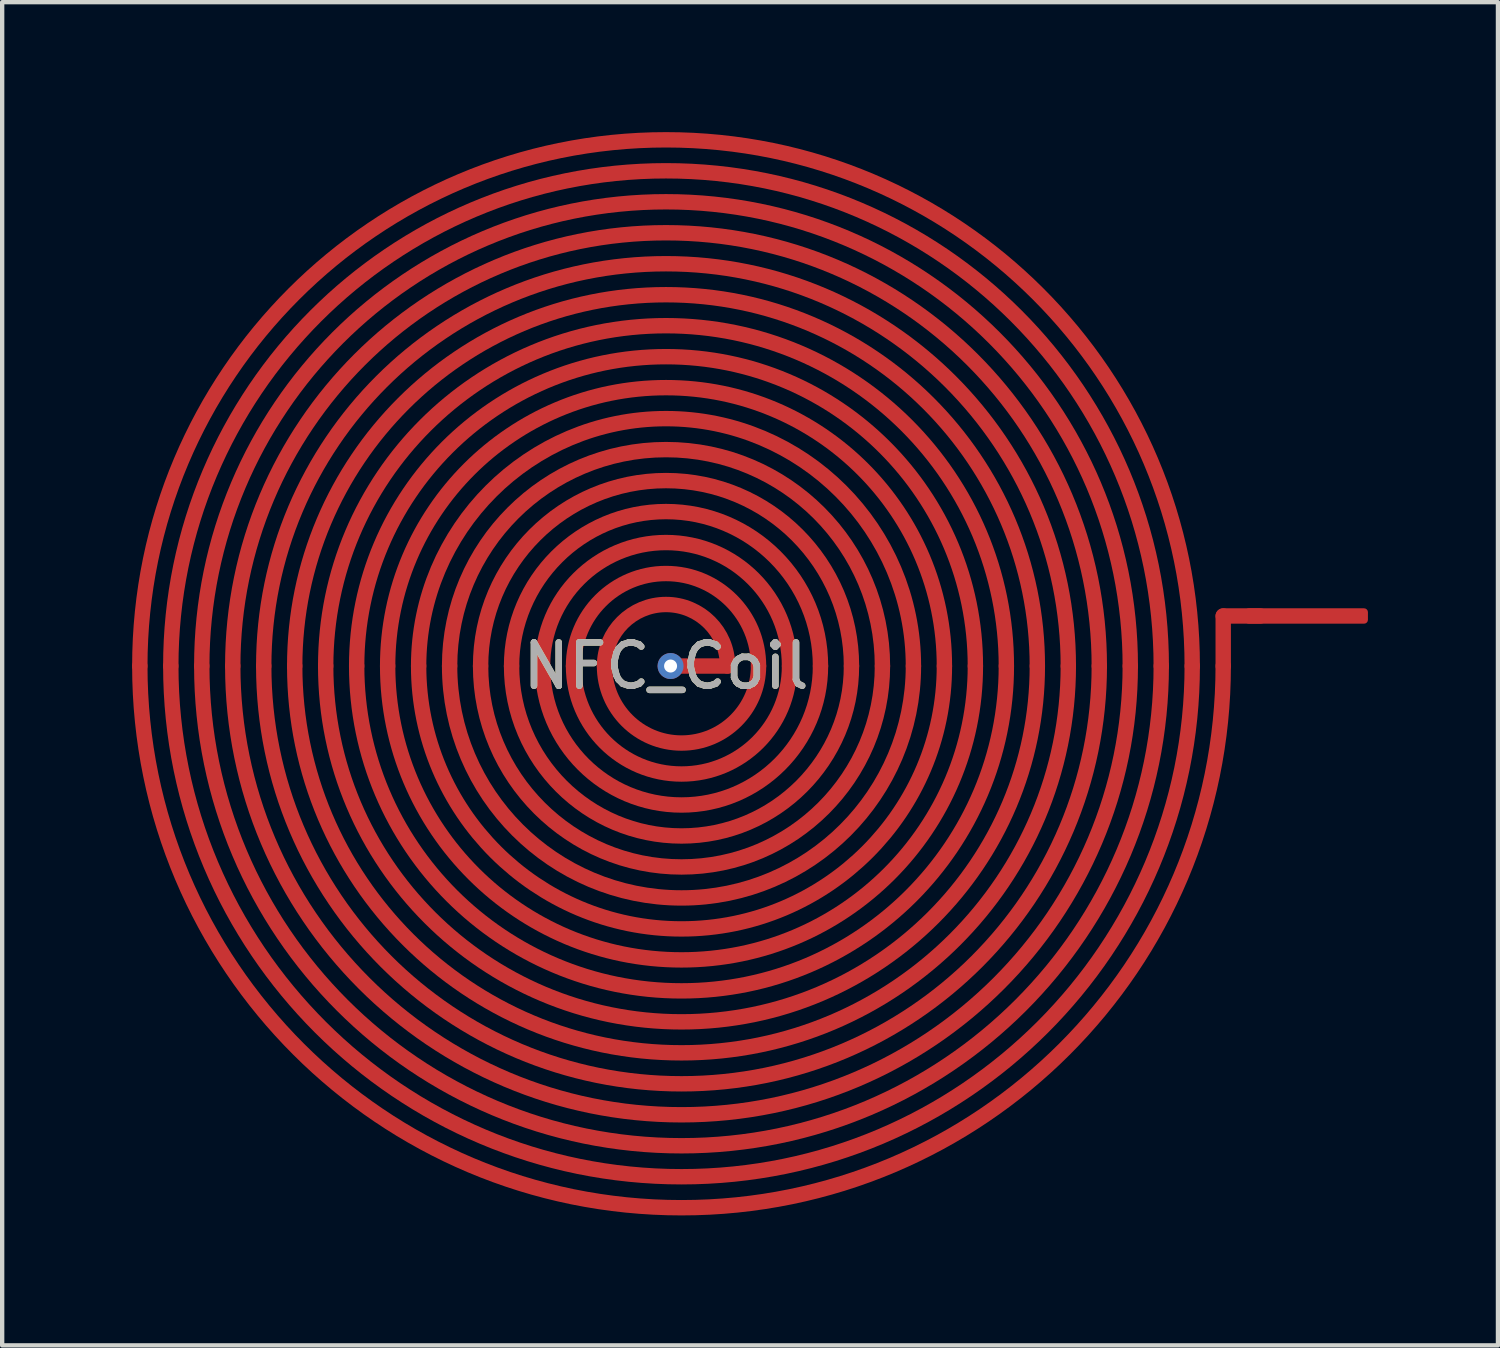
<source format=kicad_pcb>
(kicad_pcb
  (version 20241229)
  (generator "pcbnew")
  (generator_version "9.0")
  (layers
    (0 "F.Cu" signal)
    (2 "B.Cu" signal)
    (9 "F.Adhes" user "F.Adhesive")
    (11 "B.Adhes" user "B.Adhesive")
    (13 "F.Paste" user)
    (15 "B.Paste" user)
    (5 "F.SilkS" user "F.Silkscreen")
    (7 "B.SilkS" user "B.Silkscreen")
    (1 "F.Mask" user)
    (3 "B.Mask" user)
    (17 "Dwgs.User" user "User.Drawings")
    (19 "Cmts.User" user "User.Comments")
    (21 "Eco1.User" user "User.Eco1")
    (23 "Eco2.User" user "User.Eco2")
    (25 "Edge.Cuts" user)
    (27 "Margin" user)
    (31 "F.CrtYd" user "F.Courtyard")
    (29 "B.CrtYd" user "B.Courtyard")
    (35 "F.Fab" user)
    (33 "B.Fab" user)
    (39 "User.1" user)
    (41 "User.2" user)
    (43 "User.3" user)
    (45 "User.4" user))
  (footprint "NFC_Coil"
    (layer "F.Cu")
    (at 12.322 12.322)
    (property "Reference" "NFC_Coil" (at 0 0 0) (unlocked yes) (layer "F.SilkS") (effects (font (size 1 1) (thickness 0.15))))
    (attr smd exclude_from_pos_files exclude_from_bom allow_missing_courtyard)
    (fp_line (start 1.42 0) (end 0.105 0) (stroke (width 0.355) (type default)) (layer "F.Cu"))
    (fp_line (start 12.86 -1.155) (end 13.715 -1.155) (stroke (width 0.355) (type default)) (layer "F.Cu"))
    (fp_line (start 12.86 0) (end 12.86 -1.155) (stroke (width 0.355) (type default)) (layer "F.Cu"))
    (fp_arc (start -12.145 0) (mid 0 -12.145) (end 12.145 0) (stroke (width 0.355) (type default)) (layer "F.Cu"))
    (fp_arc (start -11.43 0) (mid 0 -11.43) (end 11.43 0) (stroke (width 0.355) (type default)) (layer "F.Cu"))
    (fp_arc (start -10.715 0) (mid 0 -10.715) (end 10.715 0) (stroke (width 0.355) (type default)) (layer "F.Cu"))
    (fp_arc (start -10 0) (mid 0 -10) (end 10 0) (stroke (width 0.355) (type default)) (layer "F.Cu"))
    (fp_arc (start -9.285 0) (mid 0 -9.285) (end 9.285 0) (stroke (width 0.355) (type default)) (layer "F.Cu"))
    (fp_arc (start -8.57 0) (mid 0 -8.57) (end 8.57 0) (stroke (width 0.355) (type default)) (layer "F.Cu"))
    (fp_arc (start -7.855 0) (mid 0 -7.855) (end 7.855 0) (stroke (width 0.355) (type default)) (layer "F.Cu"))
    (fp_arc (start -7.14 0) (mid 0 -7.14) (end 7.14 0) (stroke (width 0.355) (type default)) (layer "F.Cu"))
    (fp_arc (start -6.425 0) (mid 0 -6.425) (end 6.425 0) (stroke (width 0.355) (type default)) (layer "F.Cu"))
    (fp_arc (start -5.71 0) (mid 0 -5.71) (end 5.71 0) (stroke (width 0.355) (type default)) (layer "F.Cu"))
    (fp_arc (start -4.995 0) (mid 0 -4.995) (end 4.995 0) (stroke (width 0.355) (type default)) (layer "F.Cu"))
    (fp_arc (start -4.28 0) (mid 0 -4.28) (end 4.28 0) (stroke (width 0.355) (type default)) (layer "F.Cu"))
    (fp_arc (start -3.565 0) (mid 0 -3.565) (end 3.565 0) (stroke (width 0.355) (type default)) (layer "F.Cu"))
    (fp_arc (start -2.85 0) (mid 0 -2.85) (end 2.85 0) (stroke (width 0.355) (type default)) (layer "F.Cu"))
    (fp_arc (start -2.135 0) (mid 0 -2.135) (end 2.135 0) (stroke (width 0.355) (type default)) (layer "F.Cu"))
    (fp_arc (start -1.42 0) (mid 0 -1.42) (end 1.42 0) (stroke (width 0.355) (type default)) (layer "F.Cu"))
    (fp_arc (start 2.135 0) (mid 0.357 1.778) (end -1.42 0) (stroke (width 0.355) (type default)) (layer "F.Cu"))
    (fp_arc (start 2.85 0) (mid 0.357 2.493) (end -2.135 0) (stroke (width 0.355) (type default)) (layer "F.Cu"))
    (fp_arc (start 3.565 0) (mid 0.357 3.208) (end -2.85 0) (stroke (width 0.355) (type default)) (layer "F.Cu"))
    (fp_arc (start 4.28 0) (mid 0.357 3.923) (end -3.565 0) (stroke (width 0.355) (type default)) (layer "F.Cu"))
    (fp_arc (start 4.995 0) (mid 0.357 4.638) (end -4.28 0) (stroke (width 0.355) (type default)) (layer "F.Cu"))
    (fp_arc (start 5.71 0) (mid 0.357 5.353) (end -4.995 0) (stroke (width 0.355) (type default)) (layer "F.Cu"))
    (fp_arc (start 6.425 0) (mid 0.357 6.067) (end -5.71 0) (stroke (width 0.355) (type default)) (layer "F.Cu"))
    (fp_arc (start 7.14 0) (mid 0.357 6.782) (end -6.425 0) (stroke (width 0.355) (type default)) (layer "F.Cu"))
    (fp_arc (start 7.855 0) (mid 0.357 7.497) (end -7.14 0) (stroke (width 0.355) (type default)) (layer "F.Cu"))
    (fp_arc (start 8.57 0) (mid 0.357 8.213) (end -7.855 0) (stroke (width 0.355) (type default)) (layer "F.Cu"))
    (fp_arc (start 9.285 0) (mid 0.357 8.928) (end -8.57 0) (stroke (width 0.355) (type default)) (layer "F.Cu"))
    (fp_arc (start 10 0) (mid 0.357 9.643) (end -9.285 0) (stroke (width 0.355) (type default)) (layer "F.Cu"))
    (fp_arc (start 10.715 0) (mid 0.357 10.357) (end -10 0) (stroke (width 0.355) (type default)) (layer "F.Cu"))
    (fp_arc (start 11.43 0) (mid 0.357 11.072) (end -10.715 0) (stroke (width 0.355) (type default)) (layer "F.Cu"))
    (fp_arc (start 12.145 0) (mid 0.357 11.787) (end -11.43 0) (stroke (width 0.355) (type default)) (layer "F.Cu"))
    (fp_arc (start 12.86 0) (mid 0.357 12.502) (end -12.145 0) (stroke (width 0.355) (type default)) (layer "F.Cu"))
    (fp_text user "${REFERENCE}" (at 0 0 0) (unlocked yes) (layer "F.Fab") (effects (font (size 1 1) (thickness 0.15))))
    (pad "1" smd roundrect (at 14.78 -1.155) (size 2.84 0.355) (layers "F.Cu") (roundrect_rratio 0.25))
    (pad "2" thru_hole circle (at 0.105 0) (size 0.6 0.6) (drill 0.3) (layers "*.Cu") (remove_unused_layers yes) (keep_end_layers yes) (zone_layer_connections)))
  (gr_rect
    (start -3 -3)
    (end 31.523 28.002)
    (stroke (width 0.1) (type default))
    (fill no)
    (layer "Edge.Cuts")))
</source>
